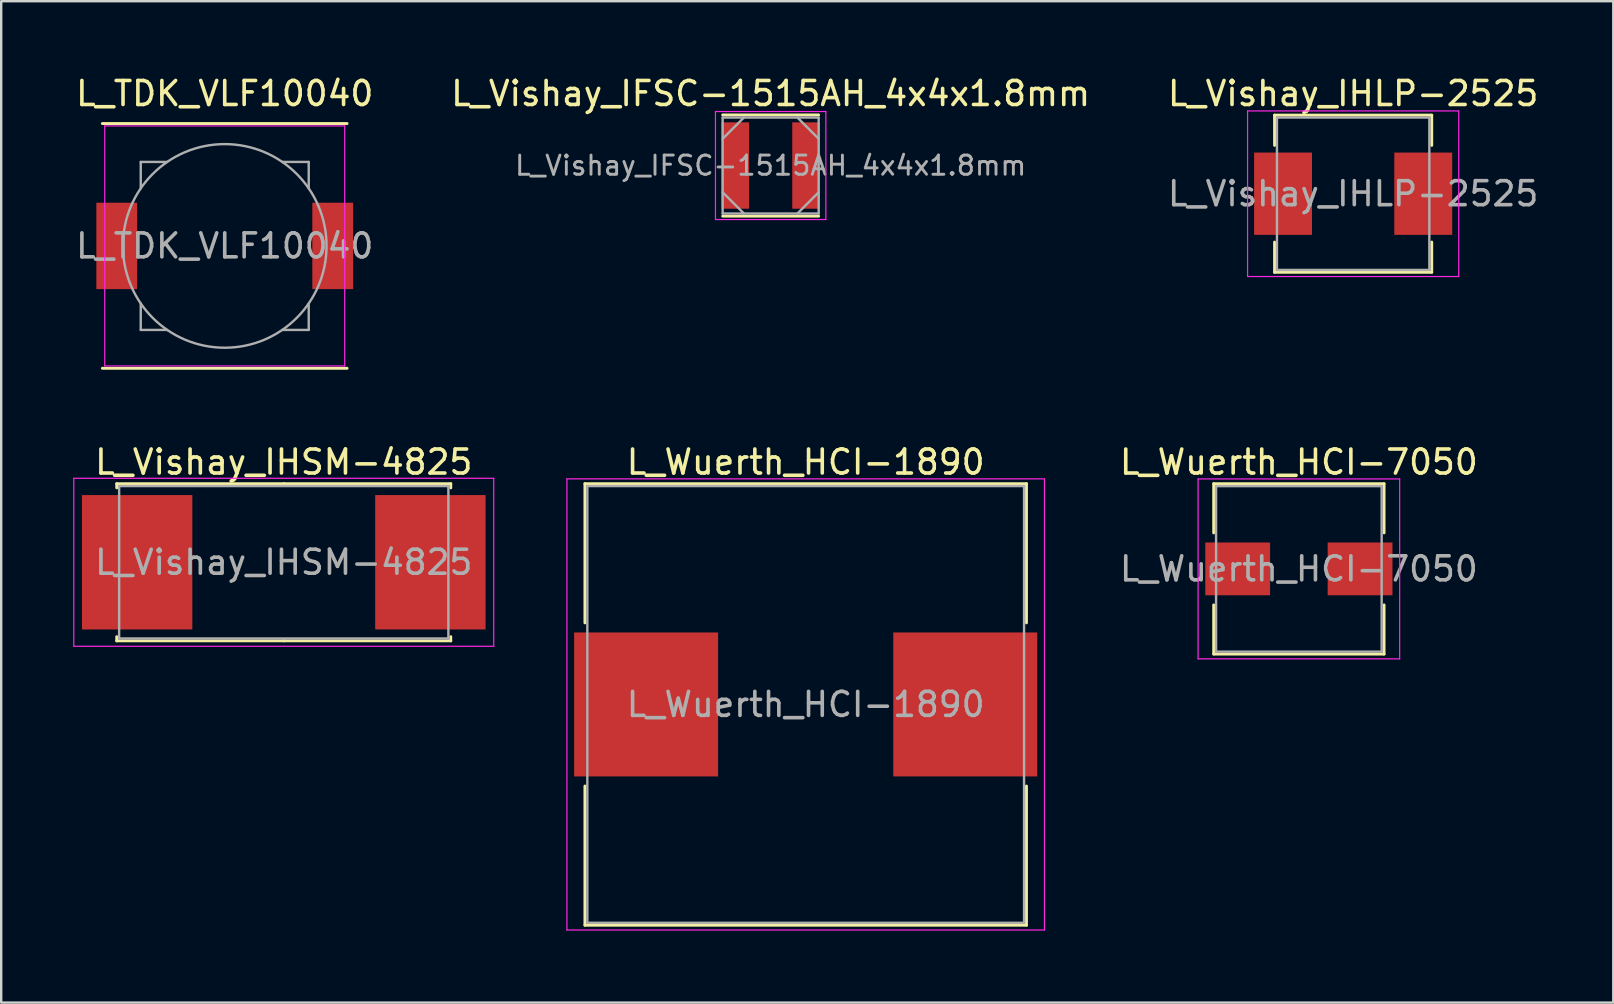
<source format=kicad_pcb>
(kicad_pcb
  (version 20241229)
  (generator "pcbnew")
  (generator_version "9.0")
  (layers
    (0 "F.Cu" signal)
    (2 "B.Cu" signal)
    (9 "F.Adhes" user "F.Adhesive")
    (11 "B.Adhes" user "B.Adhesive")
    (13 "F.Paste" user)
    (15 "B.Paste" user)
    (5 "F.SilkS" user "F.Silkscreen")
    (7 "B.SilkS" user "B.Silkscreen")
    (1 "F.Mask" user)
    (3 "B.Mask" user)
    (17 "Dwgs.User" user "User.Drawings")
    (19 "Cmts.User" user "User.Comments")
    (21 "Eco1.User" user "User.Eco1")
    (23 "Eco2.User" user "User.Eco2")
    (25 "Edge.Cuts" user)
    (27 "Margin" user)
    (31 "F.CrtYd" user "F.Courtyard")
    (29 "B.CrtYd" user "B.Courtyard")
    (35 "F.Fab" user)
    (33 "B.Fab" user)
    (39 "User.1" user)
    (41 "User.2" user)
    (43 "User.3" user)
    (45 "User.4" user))
  (footprint "L_Wuerth_HCI-1890"
    (layer "F.Cu")
    (at 30.525 26.306)
    (property "Reference" "L_Wuerth_HCI-1890" (at 0 -10.1 0) (layer "F.SilkS") (effects (font (size 1 1) (thickness 0.15))))
    (attr smd)
    (fp_line (start -9.2 -9.2) (end 9.2 -9.2) (stroke (width 0.12) (type solid)) (layer "F.SilkS"))
    (fp_line (start -9.2 -3.4) (end -9.2 -9.2) (stroke (width 0.12) (type solid)) (layer "F.SilkS"))
    (fp_line (start -9.2 3.4) (end -9.2 9.2) (stroke (width 0.12) (type solid)) (layer "F.SilkS"))
    (fp_line (start -9.2 9.2) (end 9.2 9.2) (stroke (width 0.12) (type solid)) (layer "F.SilkS"))
    (fp_line (start 9.2 -9.2) (end 9.2 -3.4) (stroke (width 0.12) (type solid)) (layer "F.SilkS"))
    (fp_line (start 9.2 9.2) (end 9.2 3.4) (stroke (width 0.12) (type solid)) (layer "F.SilkS"))
    (fp_line (start -9.95 -9.4) (end -9.95 9.4) (stroke (width 0.05) (type solid)) (layer "F.CrtYd"))
    (fp_line (start -9.95 9.4) (end 9.95 9.4) (stroke (width 0.05) (type solid)) (layer "F.CrtYd"))
    (fp_line (start 9.95 -9.4) (end -9.95 -9.4) (stroke (width 0.05) (type solid)) (layer "F.CrtYd"))
    (fp_line (start 9.95 9.4) (end 9.95 -9.4) (stroke (width 0.05) (type solid)) (layer "F.CrtYd"))
    (fp_line (start -9.1 -9.1) (end -9.1 9.1) (stroke (width 0.1) (type solid)) (layer "F.Fab"))
    (fp_line (start -9.1 9.1) (end 9.1 9.1) (stroke (width 0.1) (type solid)) (layer "F.Fab"))
    (fp_line (start 9.1 -9.1) (end -9.1 -9.1) (stroke (width 0.1) (type solid)) (layer "F.Fab"))
    (fp_line (start 9.1 9.1) (end 9.1 -9.1) (stroke (width 0.1) (type solid)) (layer "F.Fab"))
    (fp_text user "${REFERENCE}" (at 0 0 0) (layer "F.Fab") (effects (font (size 1 1) (thickness 0.15))))
    (pad "1" smd rect (at -6.65 0) (size 6 6) (layers "F.Cu" "F.Mask" "F.Paste"))
    (pad "2" smd rect (at 6.65 0) (size 6 6) (layers "F.Cu" "F.Mask" "F.Paste")))
  (footprint "L_Vishay_IFSC-1515AH_4x4x1.8mm"
    (layer "F.Cu")
    (at 29.065 3.848)
    (property "Reference" "L_Vishay_IFSC-1515AH_4x4x1.8mm" (at 0 -3 0) (layer "F.SilkS") (effects (font (size 1 1) (thickness 0.15))))
    (attr smd)
    (fp_line (start -2 -2.11) (end 2 -2.11) (stroke (width 0.12) (type solid)) (layer "F.SilkS"))
    (fp_line (start 2 2.11) (end -2 2.11) (stroke (width 0.12) (type solid)) (layer "F.SilkS"))
    (fp_line (start -2.3 -2.25) (end 2.3 -2.25) (stroke (width 0.05) (type solid)) (layer "F.CrtYd"))
    (fp_line (start -2.3 2.25) (end -2.3 -2.25) (stroke (width 0.05) (type solid)) (layer "F.CrtYd"))
    (fp_line (start 2.3 -2.25) (end 2.3 2.25) (stroke (width 0.05) (type solid)) (layer "F.CrtYd"))
    (fp_line (start 2.3 2.25) (end -2.3 2.25) (stroke (width 0.05) (type solid)) (layer "F.CrtYd"))
    (fp_line (start -2 -2) (end 2 -2) (stroke (width 0.1) (type solid)) (layer "F.Fab"))
    (fp_line (start -2 -1.115) (end -1.115 -2) (stroke (width 0.1) (type solid)) (layer "F.Fab"))
    (fp_line (start -2 2) (end -2 -2) (stroke (width 0.1) (type solid)) (layer "F.Fab"))
    (fp_line (start -1.115 2) (end -2 1.115) (stroke (width 0.1) (type solid)) (layer "F.Fab"))
    (fp_line (start 1.115 -2) (end 2 -1.115) (stroke (width 0.1) (type solid)) (layer "F.Fab"))
    (fp_line (start 2 -2) (end 2 2) (stroke (width 0.1) (type solid)) (layer "F.Fab"))
    (fp_line (start 2 1.115) (end 1.115 2) (stroke (width 0.1) (type solid)) (layer "F.Fab"))
    (fp_line (start 2 2) (end -2 2) (stroke (width 0.1) (type solid)) (layer "F.Fab"))
    (fp_text user "${REFERENCE}" (at 0 0 0) (layer "F.Fab") (effects (font (size 0.8 0.8) (thickness 0.12))))
    (pad "1" smd rect (at -1.475 0) (size 1.15 3.6) (layers "F.Cu" "F.Mask" "F.Paste"))
    (pad "2" smd rect (at 1.475 0) (size 1.15 3.6) (layers "F.Cu" "F.Mask" "F.Paste")))
  (footprint "L_TDK_VLF10040"
    (layer "F.Cu")
    (at 6.315 7.198)
    (property "Reference" "L_TDK_VLF10040" (at 0 -6.35 0) (layer "F.SilkS") (effects (font (size 1 1) (thickness 0.15))))
    (attr smd)
    (fp_line (start -5.1 -5.1) (end 5.1 -5.1) (stroke (width 0.12) (type solid)) (layer "F.SilkS"))
    (fp_line (start -5.1 5.1) (end 5.1 5.1) (stroke (width 0.12) (type solid)) (layer "F.SilkS"))
    (fp_line (start -5 -5) (end -5 5) (stroke (width 0.05) (type solid)) (layer "F.CrtYd"))
    (fp_line (start -5 5) (end 5 5) (stroke (width 0.05) (type solid)) (layer "F.CrtYd"))
    (fp_line (start 5 -5) (end -5 -5) (stroke (width 0.05) (type solid)) (layer "F.CrtYd"))
    (fp_line (start 5 5) (end 5 -5) (stroke (width 0.05) (type solid)) (layer "F.CrtYd"))
    (fp_line (start -3.5 -3.5) (end -2.4 -3.5) (stroke (width 0.1) (type solid)) (layer "F.Fab"))
    (fp_line (start -3.5 -2.4) (end -3.5 -3.5) (stroke (width 0.1) (type solid)) (layer "F.Fab"))
    (fp_line (start -3.5 2.4) (end -3.5 3.5) (stroke (width 0.1) (type solid)) (layer "F.Fab"))
    (fp_line (start -3.5 3.5) (end -2.4 3.5) (stroke (width 0.1) (type solid)) (layer "F.Fab"))
    (fp_line (start 3.5 -3.5) (end 2.4 -3.5) (stroke (width 0.1) (type solid)) (layer "F.Fab"))
    (fp_line (start 3.5 -3.5) (end 3.5 -2.4) (stroke (width 0.1) (type solid)) (layer "F.Fab"))
    (fp_line (start 3.5 2.4) (end 3.5 3.5) (stroke (width 0.1) (type solid)) (layer "F.Fab"))
    (fp_line (start 3.5 3.5) (end 2.4 3.5) (stroke (width 0.1) (type solid)) (layer "F.Fab"))
    (fp_circle (center 0 0) (end 3 3) (stroke (width 0.1) (type solid)) (fill no) (layer "F.Fab"))
    (fp_text user "${REFERENCE}" (at 0 0 0) (layer "F.Fab") (effects (font (size 1 1) (thickness 0.15))))
    (pad "1" smd rect (at -4.5 0) (size 1.7 3.6) (layers "F.Cu" "F.Mask" "F.Paste"))
    (pad "2" smd rect (at 4.5 0) (size 1.7 3.6) (layers "F.Cu" "F.Mask" "F.Paste")))
  (footprint "L_Vishay_IHSM-4825"
    (layer "F.Cu")
    (at 8.775 20.381)
    (property "Reference" "L_Vishay_IHSM-4825" (at 0 -4.175 0) (layer "F.SilkS") (effects (font (size 1 1) (thickness 0.15))))
    (attr smd)
    (fp_line (start -6.96 -3.275) (end 0 -3.275) (stroke (width 0.12) (type solid)) (layer "F.SilkS"))
    (fp_line (start -6.96 -3.1) (end -6.96 -3.275) (stroke (width 0.12) (type solid)) (layer "F.SilkS"))
    (fp_line (start -6.96 3.1) (end -6.96 3.275) (stroke (width 0.12) (type solid)) (layer "F.SilkS"))
    (fp_line (start -6.96 3.275) (end 0 3.275) (stroke (width 0.12) (type solid)) (layer "F.SilkS"))
    (fp_line (start 6.96 -3.275) (end 0 -3.275) (stroke (width 0.12) (type solid)) (layer "F.SilkS"))
    (fp_line (start 6.96 -3.1) (end 6.96 -3.275) (stroke (width 0.12) (type solid)) (layer "F.SilkS"))
    (fp_line (start 6.96 3.1) (end 6.96 3.275) (stroke (width 0.12) (type solid)) (layer "F.SilkS"))
    (fp_line (start 6.96 3.275) (end 0 3.275) (stroke (width 0.12) (type solid)) (layer "F.SilkS"))
    (fp_line (start -8.75 -3.5) (end -8.75 3.5) (stroke (width 0.05) (type solid)) (layer "F.CrtYd"))
    (fp_line (start -8.75 3.5) (end 8.75 3.5) (stroke (width 0.05) (type solid)) (layer "F.CrtYd"))
    (fp_line (start 8.75 -3.5) (end -8.75 -3.5) (stroke (width 0.05) (type solid)) (layer "F.CrtYd"))
    (fp_line (start 8.75 3.5) (end 8.75 -3.5) (stroke (width 0.05) (type solid)) (layer "F.CrtYd"))
    (fp_line (start -6.86 -3.175) (end -6.86 3.175) (stroke (width 0.1) (type solid)) (layer "F.Fab"))
    (fp_line (start -6.86 3.175) (end 6.86 3.175) (stroke (width 0.1) (type solid)) (layer "F.Fab"))
    (fp_line (start 6.86 -3.175) (end -6.86 -3.175) (stroke (width 0.1) (type solid)) (layer "F.Fab"))
    (fp_line (start 6.86 3.175) (end 6.86 -3.175) (stroke (width 0.1) (type solid)) (layer "F.Fab"))
    (fp_text user "${REFERENCE}" (at 0 0 0) (layer "F.Fab") (effects (font (size 1 1) (thickness 0.15))))
    (pad "1" smd rect (at -6.11 0) (size 4.6 5.6) (layers "F.Cu" "F.Mask" "F.Paste"))
    (pad "2" smd rect (at 6.11 0) (size 4.6 5.6) (layers "F.Cu" "F.Mask" "F.Paste")))
  (footprint "L_Vishay_IHLP-2525"
    (layer "F.Cu")
    (at 53.339 5.023)
    (property "Reference" "L_Vishay_IHLP-2525" (at 0 -4.175 0) (layer "F.SilkS") (effects (font (size 1 1) (thickness 0.15))))
    (attr smd)
    (fp_line (start -3.275 -3.275) (end 3.275 -3.275) (stroke (width 0.12) (type solid)) (layer "F.SilkS"))
    (fp_line (start -3.275 -2.014) (end -3.275 -3.275) (stroke (width 0.12) (type solid)) (layer "F.SilkS"))
    (fp_line (start -3.275 2.014) (end -3.275 3.275) (stroke (width 0.12) (type solid)) (layer "F.SilkS"))
    (fp_line (start -3.275 3.275) (end 3.275 3.275) (stroke (width 0.12) (type solid)) (layer "F.SilkS"))
    (fp_line (start 3.275 -3.275) (end 3.275 -2.014) (stroke (width 0.12) (type solid)) (layer "F.SilkS"))
    (fp_line (start 3.275 3.275) (end 3.275 2.014) (stroke (width 0.12) (type solid)) (layer "F.SilkS"))
    (fp_line (start -4.4 -3.45) (end -4.4 3.45) (stroke (width 0.05) (type solid)) (layer "F.CrtYd"))
    (fp_line (start -4.4 3.45) (end 4.4 3.45) (stroke (width 0.05) (type solid)) (layer "F.CrtYd"))
    (fp_line (start 4.4 -3.45) (end -4.4 -3.45) (stroke (width 0.05) (type solid)) (layer "F.CrtYd"))
    (fp_line (start 4.4 3.45) (end 4.4 -3.45) (stroke (width 0.05) (type solid)) (layer "F.CrtYd"))
    (fp_line (start -3.175 -3.175) (end -3.175 3.175) (stroke (width 0.1) (type solid)) (layer "F.Fab"))
    (fp_line (start -3.175 3.175) (end 3.175 3.175) (stroke (width 0.1) (type solid)) (layer "F.Fab"))
    (fp_line (start 3.175 -3.175) (end -3.175 -3.175) (stroke (width 0.1) (type solid)) (layer "F.Fab"))
    (fp_line (start 3.175 3.175) (end 3.175 -3.175) (stroke (width 0.1) (type solid)) (layer "F.Fab"))
    (fp_text user "${REFERENCE}" (at 0 0 0) (layer "F.Fab") (effects (font (size 1 1) (thickness 0.15))))
    (pad "1" smd rect (at -2.921 0) (size 2.413 3.429) (layers "F.Cu" "F.Mask" "F.Paste"))
    (pad "2" smd rect (at 2.921 0) (size 2.413 3.429) (layers "F.Cu" "F.Mask" "F.Paste")))
  (footprint "L_Wuerth_HCI-7050"
    (layer "F.Cu")
    (at 51.077 20.657)
    (property "Reference" "L_Wuerth_HCI-7050" (at 0 -4.45 0) (layer "F.SilkS") (effects (font (size 1 1) (thickness 0.15))))
    (attr smd)
    (fp_line (start -3.55 -3.55) (end 3.55 -3.55) (stroke (width 0.12) (type solid)) (layer "F.SilkS"))
    (fp_line (start -3.55 -1.5) (end -3.55 -3.55) (stroke (width 0.12) (type solid)) (layer "F.SilkS"))
    (fp_line (start -3.55 1.5) (end -3.55 3.55) (stroke (width 0.12) (type solid)) (layer "F.SilkS"))
    (fp_line (start -3.55 3.55) (end 3.55 3.55) (stroke (width 0.12) (type solid)) (layer "F.SilkS"))
    (fp_line (start 3.55 -3.55) (end 3.55 -1.5) (stroke (width 0.12) (type solid)) (layer "F.SilkS"))
    (fp_line (start 3.55 3.55) (end 3.55 1.5) (stroke (width 0.12) (type solid)) (layer "F.SilkS"))
    (fp_line (start -4.2 -3.75) (end -4.2 3.75) (stroke (width 0.05) (type solid)) (layer "F.CrtYd"))
    (fp_line (start -4.2 3.75) (end 4.2 3.75) (stroke (width 0.05) (type solid)) (layer "F.CrtYd"))
    (fp_line (start 4.2 -3.75) (end -4.2 -3.75) (stroke (width 0.05) (type solid)) (layer "F.CrtYd"))
    (fp_line (start 4.2 3.75) (end 4.2 -3.75) (stroke (width 0.05) (type solid)) (layer "F.CrtYd"))
    (fp_line (start -3.45 -3.45) (end -3.45 3.45) (stroke (width 0.1) (type solid)) (layer "F.Fab"))
    (fp_line (start -3.45 3.45) (end 3.45 3.45) (stroke (width 0.1) (type solid)) (layer "F.Fab"))
    (fp_line (start 3.45 -3.45) (end -3.45 -3.45) (stroke (width 0.1) (type solid)) (layer "F.Fab"))
    (fp_line (start 3.45 3.45) (end 3.45 -3.45) (stroke (width 0.1) (type solid)) (layer "F.Fab"))
    (fp_text user "${REFERENCE}" (at 0 0 0) (layer "F.Fab") (effects (font (size 1 1) (thickness 0.15))))
    (pad "1" smd rect (at -2.55 0) (size 2.7 2.2) (layers "F.Cu" "F.Mask" "F.Paste"))
    (pad "2" smd rect (at 2.55 0) (size 2.7 2.2) (layers "F.Cu" "F.Mask" "F.Paste")))
  (gr_rect
    (start -3 -3)
    (end 64.179 38.731)
    (stroke (width 0.1) (type default))
    (fill no)
    (layer "Edge.Cuts")))
</source>
